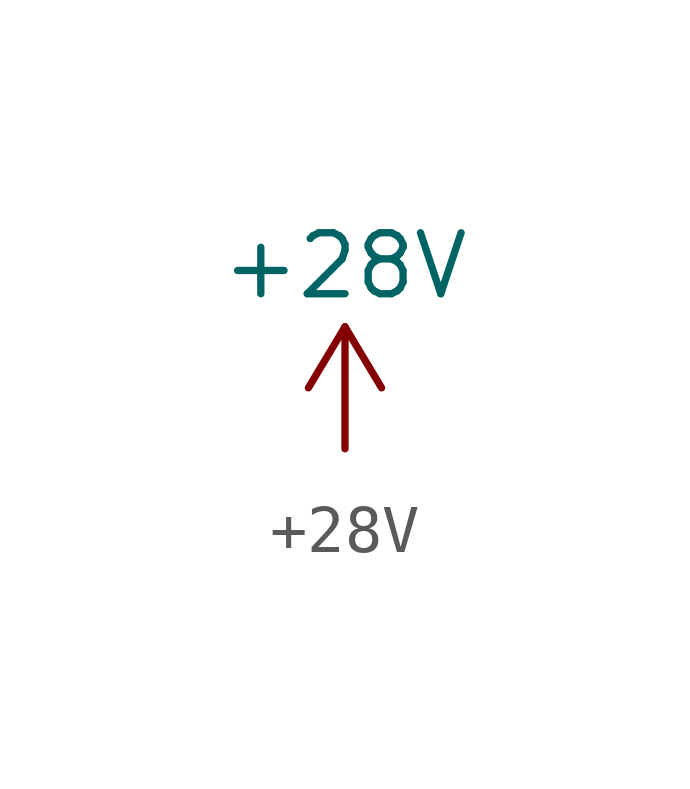
<source format=kicad_sym>
(kicad_symbol_lib
  (version 20231120)
  (generator "kicad_symbol_editor")
  (generator_version "8.0")
  (symbol "+28V"
    (power)
    (pin_numbers hide)
    (pin_names
      (offset 0) hide)
    (property "Reference" "#PWR"
      (at 0 -3.81 0)
      (effects (font (size 1.27 1.27)) (hide yes)))
    (property "Value" "+28V"
      (at 0 3.81 0)
      (effects (font (size 1.27 1.27))))
    (symbol "+28V_0_1"
      (polyline (pts (xy -0.762 1.27) (xy 0 2.54)) (stroke (width 0) (type default)) (fill (type none)))
      (polyline (pts (xy 0 0) (xy 0 2.54)) (stroke (width 0) (type default)) (fill (type none)))
      (polyline (pts (xy 0 2.54) (xy 0.762 1.27)) (stroke (width 0) (type default)) (fill (type none))))
    (symbol "+28V_1_1"
      (pin power_in line (at 0 0 90) (length 0) hide (name "+28V" (effects (font (size 1.27 1.27)))) (number "1" (effects (font (size 1.27 1.27))))))))
</source>
